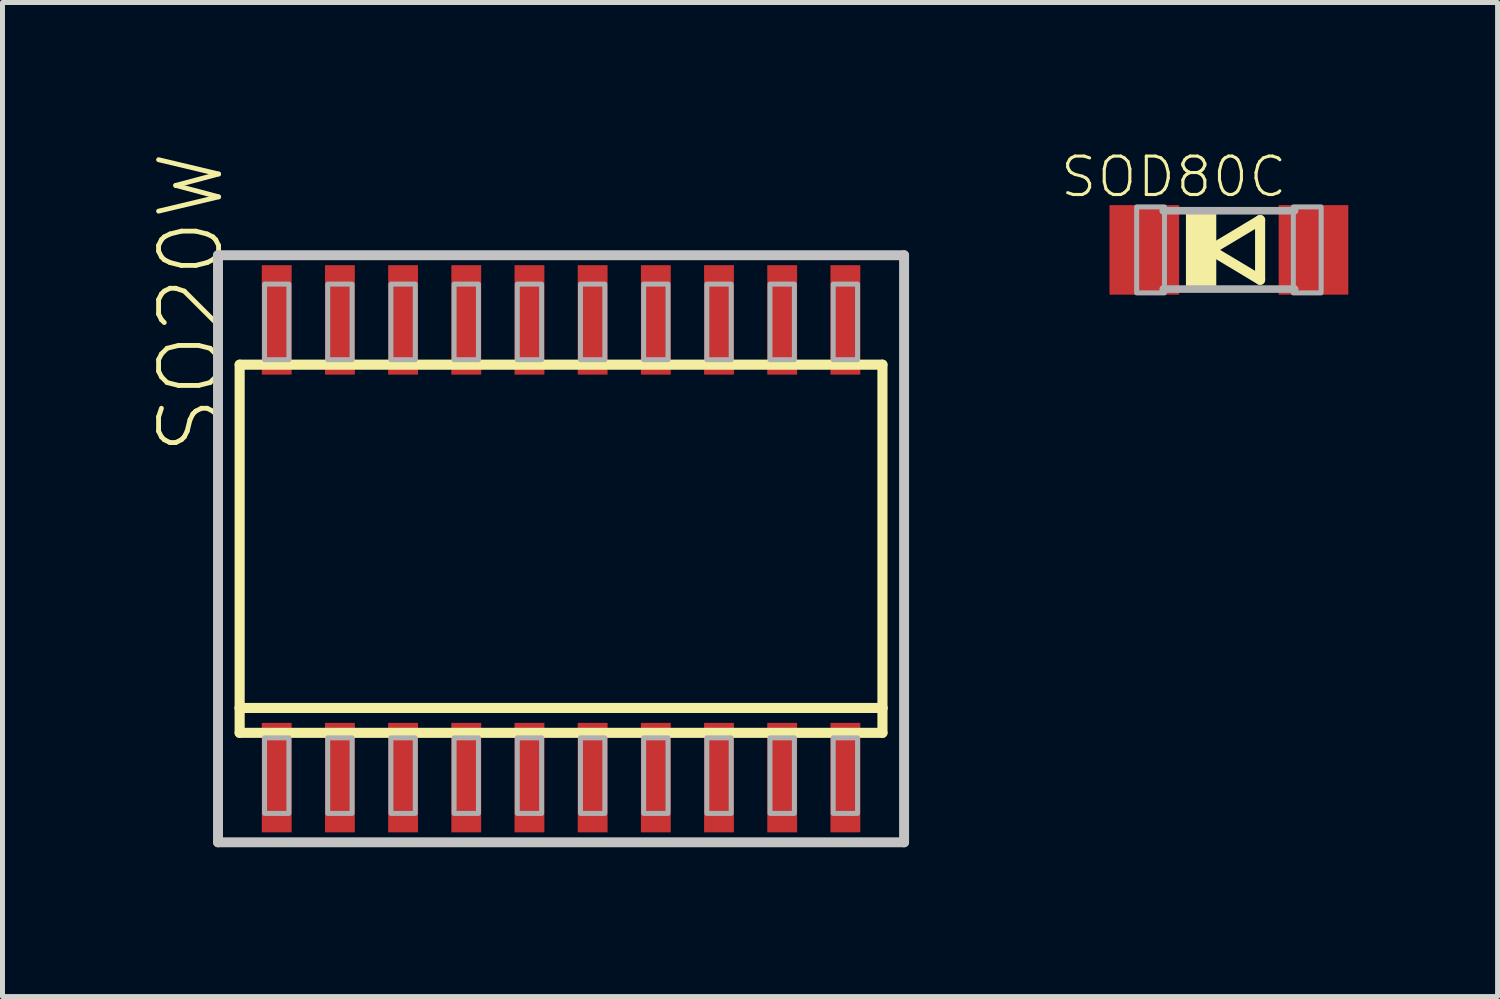
<source format=kicad_pcb>
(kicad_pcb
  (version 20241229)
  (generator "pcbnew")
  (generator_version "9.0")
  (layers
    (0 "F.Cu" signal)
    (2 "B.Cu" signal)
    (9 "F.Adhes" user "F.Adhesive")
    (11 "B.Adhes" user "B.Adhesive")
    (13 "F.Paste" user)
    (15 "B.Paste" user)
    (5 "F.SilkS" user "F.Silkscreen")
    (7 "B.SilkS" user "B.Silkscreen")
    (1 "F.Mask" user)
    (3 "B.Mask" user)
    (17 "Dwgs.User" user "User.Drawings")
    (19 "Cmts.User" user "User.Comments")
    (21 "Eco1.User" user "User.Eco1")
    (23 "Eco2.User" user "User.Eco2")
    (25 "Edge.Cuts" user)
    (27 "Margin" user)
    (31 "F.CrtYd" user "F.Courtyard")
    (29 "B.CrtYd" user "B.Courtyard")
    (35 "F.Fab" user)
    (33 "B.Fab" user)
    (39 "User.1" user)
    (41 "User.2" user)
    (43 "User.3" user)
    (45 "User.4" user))
  (footprint "SO20W"
    (layer "F.Cu")
    (at 8.227 7.98)
    (property "Reference" "SO20W" (at -6.731 -1.841 270) (layer "F.SilkS") (effects (font (size 1.206 1.206) (thickness 0.097)) (justify left bottom)))
    (attr through_hole)
    (fp_line (start -6.46 -3.7) (end 6.46 -3.7) (stroke (width 0.203) (type solid)) (layer "F.SilkS"))
    (fp_line (start -6.46 3.2) (end -6.46 -3.7) (stroke (width 0.203) (type solid)) (layer "F.SilkS"))
    (fp_line (start -6.46 3.7) (end -6.46 3.2) (stroke (width 0.203) (type solid)) (layer "F.SilkS"))
    (fp_line (start 6.46 -3.7) (end 6.46 3.2) (stroke (width 0.203) (type solid)) (layer "F.SilkS"))
    (fp_line (start 6.46 3.2) (end -6.46 3.2) (stroke (width 0.203) (type solid)) (layer "F.SilkS"))
    (fp_line (start 6.46 3.2) (end 6.46 3.7) (stroke (width 0.203) (type solid)) (layer "F.SilkS"))
    (fp_line (start 6.46 3.7) (end -6.46 3.7) (stroke (width 0.203) (type solid)) (layer "F.SilkS"))
    (fp_line (start -6.895 -5.9) (end 6.895 -5.9) (stroke (width 0.2) (type solid)) (layer "Dwgs.User"))
    (fp_line (start -6.895 5.9) (end -6.895 -5.9) (stroke (width 0.2) (type solid)) (layer "Dwgs.User"))
    (fp_line (start 6.895 -5.9) (end 6.895 5.9) (stroke (width 0.2) (type solid)) (layer "Dwgs.User"))
    (fp_line (start 6.895 5.9) (end -6.895 5.9) (stroke (width 0.2) (type solid)) (layer "Dwgs.User"))
    (fp_poly (pts (xy -5.96 -3.8) (xy -5.47 -3.8) (xy -5.47 -5.32) (xy -5.96 -5.32)) (stroke (width 0.1) (type solid)) (fill no) (layer "F.Fab"))
    (fp_poly (pts (xy -5.96 5.32) (xy -5.47 5.32) (xy -5.47 3.8) (xy -5.96 3.8)) (stroke (width 0.1) (type solid)) (fill no) (layer "F.Fab"))
    (fp_poly (pts (xy -4.69 -3.8) (xy -4.2 -3.8) (xy -4.2 -5.32) (xy -4.69 -5.32)) (stroke (width 0.1) (type solid)) (fill no) (layer "F.Fab"))
    (fp_poly (pts (xy -4.69 5.32) (xy -4.2 5.32) (xy -4.2 3.8) (xy -4.69 3.8)) (stroke (width 0.1) (type solid)) (fill no) (layer "F.Fab"))
    (fp_poly (pts (xy -3.42 -3.8) (xy -2.93 -3.8) (xy -2.93 -5.32) (xy -3.42 -5.32)) (stroke (width 0.1) (type solid)) (fill no) (layer "F.Fab"))
    (fp_poly (pts (xy -3.42 5.32) (xy -2.93 5.32) (xy -2.93 3.8) (xy -3.42 3.8)) (stroke (width 0.1) (type solid)) (fill no) (layer "F.Fab"))
    (fp_poly (pts (xy -2.15 -3.8) (xy -1.66 -3.8) (xy -1.66 -5.32) (xy -2.15 -5.32)) (stroke (width 0.1) (type solid)) (fill no) (layer "F.Fab"))
    (fp_poly (pts (xy -2.15 5.32) (xy -1.66 5.32) (xy -1.66 3.8) (xy -2.15 3.8)) (stroke (width 0.1) (type solid)) (fill no) (layer "F.Fab"))
    (fp_poly (pts (xy -0.88 -3.8) (xy -0.39 -3.8) (xy -0.39 -5.32) (xy -0.88 -5.32)) (stroke (width 0.1) (type solid)) (fill no) (layer "F.Fab"))
    (fp_poly (pts (xy -0.88 5.32) (xy -0.39 5.32) (xy -0.39 3.8) (xy -0.88 3.8)) (stroke (width 0.1) (type solid)) (fill no) (layer "F.Fab"))
    (fp_poly (pts (xy 0.39 -3.8) (xy 0.88 -3.8) (xy 0.88 -5.32) (xy 0.39 -5.32)) (stroke (width 0.1) (type solid)) (fill no) (layer "F.Fab"))
    (fp_poly (pts (xy 0.39 5.32) (xy 0.88 5.32) (xy 0.88 3.8) (xy 0.39 3.8)) (stroke (width 0.1) (type solid)) (fill no) (layer "F.Fab"))
    (fp_poly (pts (xy 1.66 -3.8) (xy 2.15 -3.8) (xy 2.15 -5.32) (xy 1.66 -5.32)) (stroke (width 0.1) (type solid)) (fill no) (layer "F.Fab"))
    (fp_poly (pts (xy 1.66 5.32) (xy 2.15 5.32) (xy 2.15 3.8) (xy 1.66 3.8)) (stroke (width 0.1) (type solid)) (fill no) (layer "F.Fab"))
    (fp_poly (pts (xy 2.93 -3.8) (xy 3.42 -3.8) (xy 3.42 -5.32) (xy 2.93 -5.32)) (stroke (width 0.1) (type solid)) (fill no) (layer "F.Fab"))
    (fp_poly (pts (xy 2.93 5.32) (xy 3.42 5.32) (xy 3.42 3.8) (xy 2.93 3.8)) (stroke (width 0.1) (type solid)) (fill no) (layer "F.Fab"))
    (fp_poly (pts (xy 4.2 -3.8) (xy 4.69 -3.8) (xy 4.69 -5.32) (xy 4.2 -5.32)) (stroke (width 0.1) (type solid)) (fill no) (layer "F.Fab"))
    (fp_poly (pts (xy 4.2 5.32) (xy 4.69 5.32) (xy 4.69 3.8) (xy 4.2 3.8)) (stroke (width 0.1) (type solid)) (fill no) (layer "F.Fab"))
    (fp_poly (pts (xy 5.47 -3.8) (xy 5.96 -3.8) (xy 5.96 -5.32) (xy 5.47 -5.32)) (stroke (width 0.1) (type solid)) (fill no) (layer "F.Fab"))
    (fp_poly (pts (xy 5.47 5.32) (xy 5.96 5.32) (xy 5.96 3.8) (xy 5.47 3.8)) (stroke (width 0.1) (type solid)) (fill no) (layer "F.Fab"))
    (pad "1" smd rect (at -5.715 4.6) (size 0.6 2.2) (layers "F.Cu" "F.Mask" "F.Paste"))
    (pad "2" smd rect (at -4.445 4.6) (size 0.6 2.2) (layers "F.Cu" "F.Mask" "F.Paste"))
    (pad "3" smd rect (at -3.175 4.6) (size 0.6 2.2) (layers "F.Cu" "F.Mask" "F.Paste"))
    (pad "4" smd rect (at -1.905 4.6) (size 0.6 2.2) (layers "F.Cu" "F.Mask" "F.Paste"))
    (pad "5" smd rect (at -0.635 4.6) (size 0.6 2.2) (layers "F.Cu" "F.Mask" "F.Paste"))
    (pad "6" smd rect (at 0.635 4.6) (size 0.6 2.2) (layers "F.Cu" "F.Mask" "F.Paste"))
    (pad "7" smd rect (at 1.905 4.6) (size 0.6 2.2) (layers "F.Cu" "F.Mask" "F.Paste"))
    (pad "8" smd rect (at 3.175 4.6) (size 0.6 2.2) (layers "F.Cu" "F.Mask" "F.Paste"))
    (pad "9" smd rect (at 4.445 4.6) (size 0.6 2.2) (layers "F.Cu" "F.Mask" "F.Paste"))
    (pad "10" smd rect (at 5.715 4.6) (size 0.6 2.2) (layers "F.Cu" "F.Mask" "F.Paste"))
    (pad "11" smd rect (at 5.715 -4.6) (size 0.6 2.2) (layers "F.Cu" "F.Mask" "F.Paste"))
    (pad "12" smd rect (at 4.445 -4.6) (size 0.6 2.2) (layers "F.Cu" "F.Mask" "F.Paste"))
    (pad "13" smd rect (at 3.175 -4.6) (size 0.6 2.2) (layers "F.Cu" "F.Mask" "F.Paste"))
    (pad "14" smd rect (at 1.905 -4.6) (size 0.6 2.2) (layers "F.Cu" "F.Mask" "F.Paste"))
    (pad "15" smd rect (at 0.635 -4.6) (size 0.6 2.2) (layers "F.Cu" "F.Mask" "F.Paste"))
    (pad "16" smd rect (at -0.635 -4.6) (size 0.6 2.2) (layers "F.Cu" "F.Mask" "F.Paste"))
    (pad "17" smd rect (at -1.905 -4.6) (size 0.6 2.2) (layers "F.Cu" "F.Mask" "F.Paste"))
    (pad "18" smd rect (at -3.175 -4.6) (size 0.6 2.2) (layers "F.Cu" "F.Mask" "F.Paste"))
    (pad "19" smd rect (at -4.445 -4.6) (size 0.6 2.2) (layers "F.Cu" "F.Mask" "F.Paste"))
    (pad "20" smd rect (at -5.715 -4.6) (size 0.6 2.2) (layers "F.Cu" "F.Mask" "F.Paste")))
  (footprint "SOD80C"
    (layer "F.Cu")
    (at 21.651 1.973)
    (property "Reference" "SOD80C" (at -3.429 -1.016 0) (layer "F.SilkS") (effects (font (size 0.772 0.772) (thickness 0.062)) (justify left bottom)))
    (attr through_hole)
    (fp_line (start -0.373 0) (end 0.627 0.6) (stroke (width 0.203) (type solid)) (layer "F.SilkS"))
    (fp_line (start 0.627 -0.6) (end -0.373 0) (stroke (width 0.203) (type solid)) (layer "F.SilkS"))
    (fp_line (start 0.627 0.6) (end 0.627 -0.6) (stroke (width 0.203) (type solid)) (layer "F.SilkS"))
    (fp_poly (pts (xy -0.864 0.787) (xy -0.254 0.787) (xy -0.254 -0.787) (xy -0.864 -0.787)) (stroke (width 0) (type solid)) (fill yes) (layer "F.SilkS"))
    (fp_line (start 1.321 -0.787) (end -1.321 -0.787) (stroke (width 0.152) (type solid)) (layer "F.Fab"))
    (fp_line (start 1.321 0.787) (end -1.321 0.787) (stroke (width 0.152) (type solid)) (layer "F.Fab"))
    (fp_poly (pts (xy -1.854 0.864) (xy -1.295 0.864) (xy -1.295 -0.864) (xy -1.854 -0.864)) (stroke (width 0.1) (type solid)) (fill no) (layer "F.Fab"))
    (fp_poly (pts (xy 1.295 0.864) (xy 1.854 0.864) (xy 1.854 -0.864) (xy 1.295 -0.864)) (stroke (width 0.1) (type solid)) (fill no) (layer "F.Fab"))
    (pad "A" smd rect (at 1.7 0) (size 1.4 1.8) (layers "F.Cu" "F.Mask" "F.Paste"))
    (pad "C" smd rect (at -1.7 0) (size 1.4 1.8) (layers "F.Cu" "F.Mask" "F.Paste")))
  (gr_rect
    (start -3 -3)
    (end 27.051 16.98)
    (stroke (width 0.1) (type default))
    (fill no)
    (layer "Edge.Cuts")))
</source>
